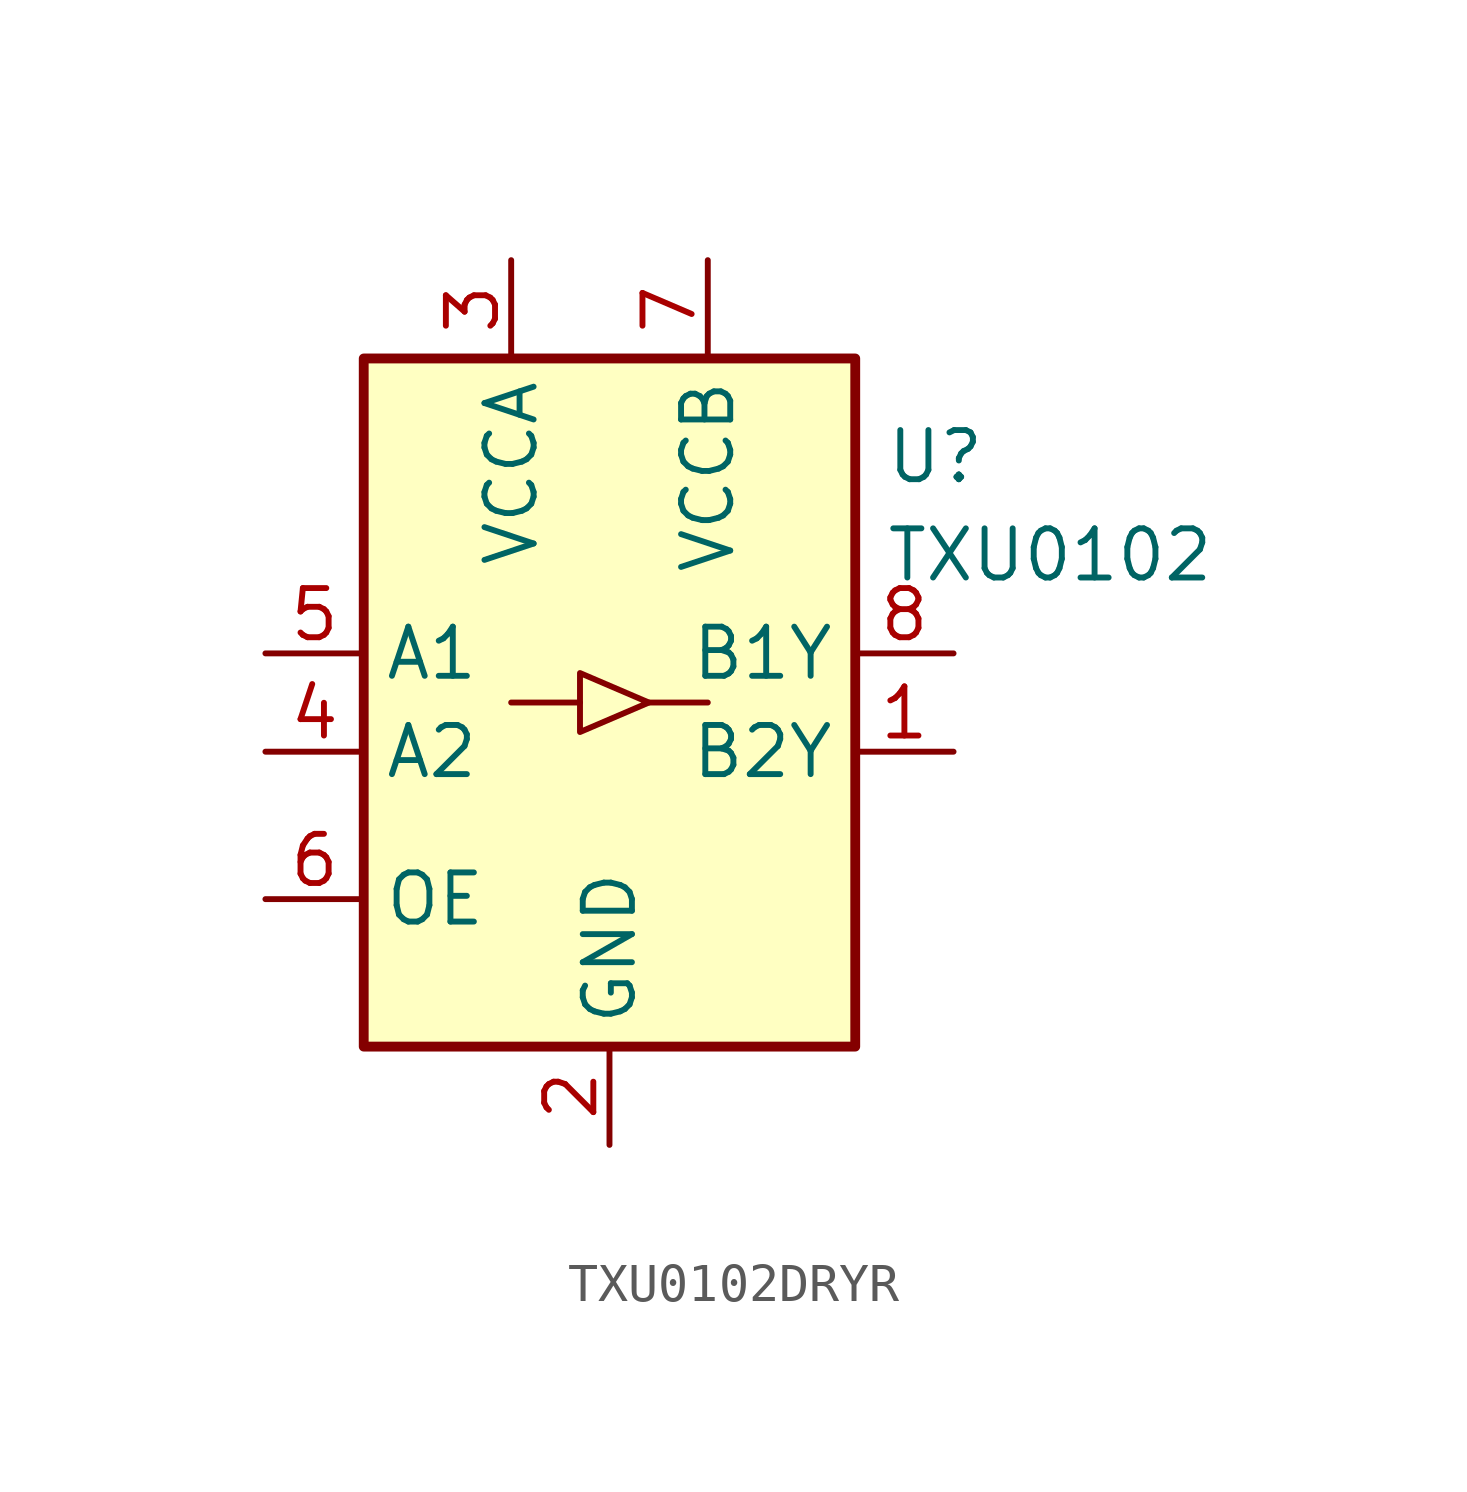
<source format=kicad_sym>
(kicad_symbol_lib
  (version 20241209)
  (generator "kicad_symbol_editor")
  (generator_version "9.0")
  (symbol "TXU0102DRYR"
    (property "Reference" "U"
      (at 7.112 6.35 0)
      (effects (font (size 1.27 1.27)) (justify left)))
    (property "Value" "TXU0102"
      (at 7.112 3.81 0)
      (effects (font (size 1.27 1.27)) (justify left)))
    (symbol "TXU0102DRYR_0_1"
      (rectangle (start -6.35 8.89) (end 6.35 -8.89) (stroke (width 0.254) (type default)) (fill (type background)))
      (polyline (pts (xy -0.762 0) (xy -2.54 0)) (stroke (width 0) (type default)) (fill (type none)))
      (polyline (pts (xy 1.016 0) (xy 2.54 0)) (stroke (width 0) (type default)) (fill (type none))))
    (symbol "TXU0102DRYR_1_1"
      (polyline (pts (xy -0.762 -0.762) (xy -0.762 0.762) (xy 1.016 0) (xy -0.762 -0.762)) (stroke (width 0) (type default)) (fill (type none)))
      (pin input line (at -8.89 1.27 0) (length 2.54) (name "A1" (effects (font (size 1.27 1.27)))) (number "5" (effects (font (size 1.27 1.27)))))
      (pin input line (at -8.89 -1.27 0) (length 2.54) (name "A2" (effects (font (size 1.27 1.27)))) (number "4" (effects (font (size 1.27 1.27)))))
      (pin input line (at -8.89 -5.08 0) (length 2.54) (name "OE" (effects (font (size 1.27 1.27)))) (number "6" (effects (font (size 1.27 1.27)))))
      (pin power_in line (at -2.54 11.43 270) (length 2.54) (name "VCCA" (effects (font (size 1.27 1.27)))) (number "3" (effects (font (size 1.27 1.27)))))
      (pin power_in line (at 0 -11.43 90) (length 2.54) (name "GND" (effects (font (size 1.27 1.27)))) (number "2" (effects (font (size 1.27 1.27)))))
      (pin power_in line (at 2.54 11.43 270) (length 2.54) (name "VCCB" (effects (font (size 1.27 1.27)))) (number "7" (effects (font (size 1.27 1.27)))))
      (pin output line (at 8.89 1.27 180) (length 2.54) (name "B1Y" (effects (font (size 1.27 1.27)))) (number "8" (effects (font (size 1.27 1.27)))))
      (pin output line (at 8.89 -1.27 180) (length 2.54) (name "B2Y" (effects (font (size 1.27 1.27)))) (number "1" (effects (font (size 1.27 1.27))))))))
</source>
